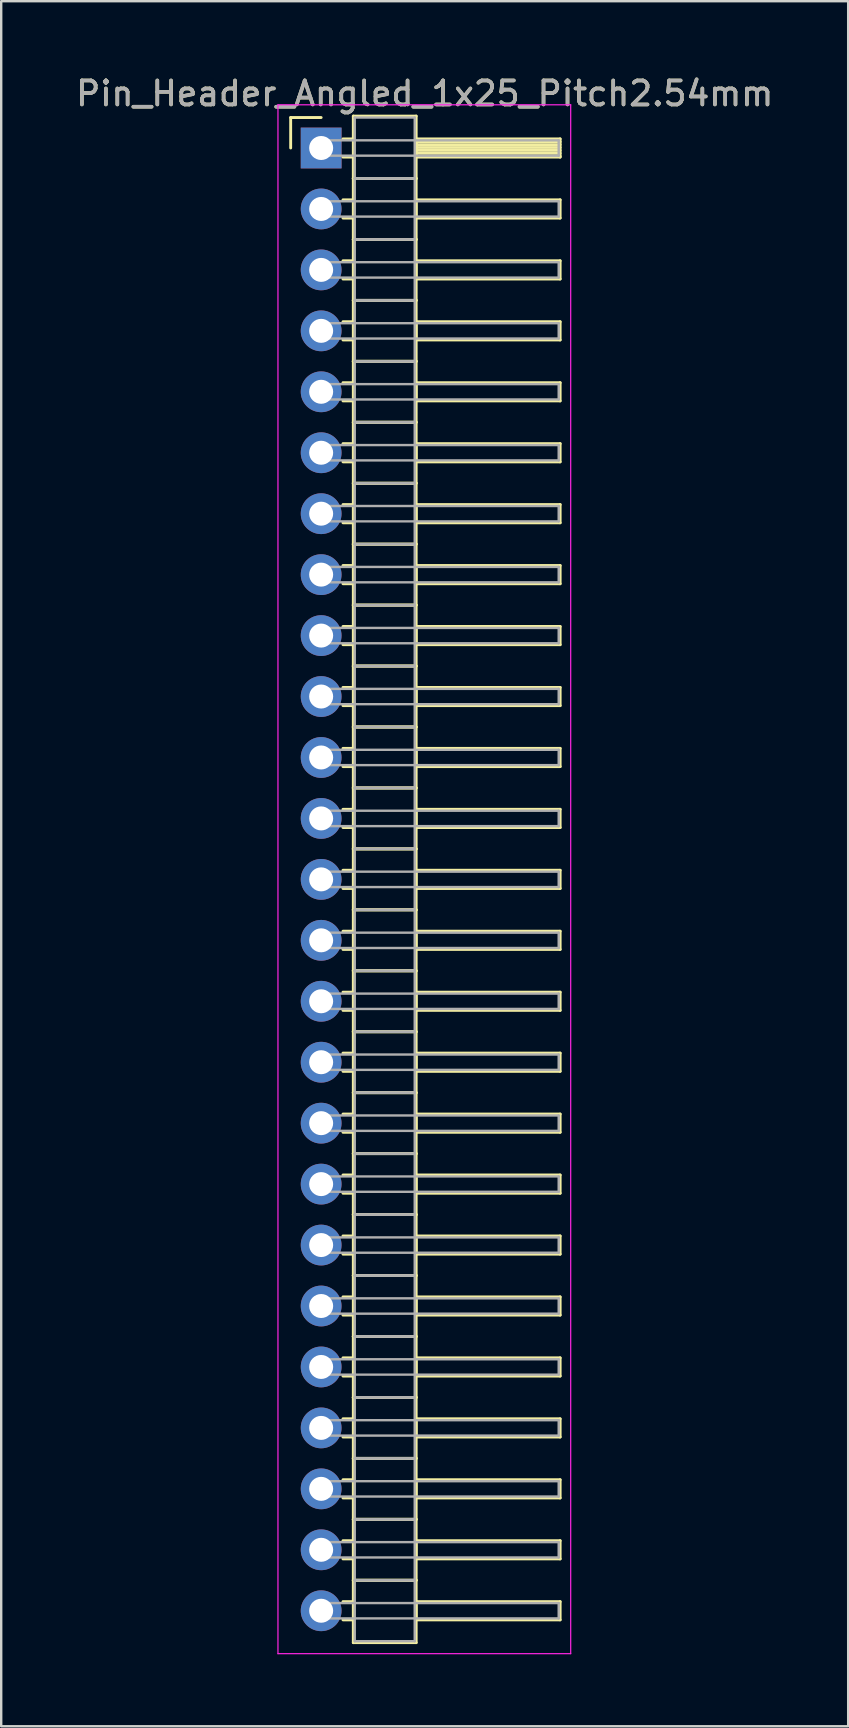
<source format=kicad_pcb>
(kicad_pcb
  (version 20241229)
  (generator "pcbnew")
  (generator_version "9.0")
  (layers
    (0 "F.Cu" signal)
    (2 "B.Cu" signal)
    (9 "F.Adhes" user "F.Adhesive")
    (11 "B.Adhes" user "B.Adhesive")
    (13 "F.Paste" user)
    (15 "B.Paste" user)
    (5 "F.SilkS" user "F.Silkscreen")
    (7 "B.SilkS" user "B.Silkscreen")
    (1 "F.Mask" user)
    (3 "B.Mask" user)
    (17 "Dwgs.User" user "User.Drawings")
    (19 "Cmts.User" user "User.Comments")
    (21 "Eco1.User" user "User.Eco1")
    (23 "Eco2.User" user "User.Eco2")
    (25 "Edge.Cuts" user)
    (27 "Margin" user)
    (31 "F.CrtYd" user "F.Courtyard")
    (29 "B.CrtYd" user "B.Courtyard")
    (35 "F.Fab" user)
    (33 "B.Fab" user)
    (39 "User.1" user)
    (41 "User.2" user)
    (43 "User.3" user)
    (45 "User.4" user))
  (footprint "Pin_Header_Angled_1x25_Pitch2.54mm"
    (layer "F.Cu")
    (at 10.334 3.118)
    (property "Reference" "Pin_Header_Angled_1x25_Pitch2.54mm" (at 4.315 -2.27 0) (layer "F.SilkS") (effects (font (size 1 1) (thickness 0.15))))
    (attr through_hole)
    (fp_line (start -1.27 -1.27) (end 0 -1.27) (stroke (width 0.12) (type solid)) (layer "F.SilkS"))
    (fp_line (start -1.27 0) (end -1.27 -1.27) (stroke (width 0.12) (type solid)) (layer "F.SilkS"))
    (fp_line (start 0.91 -0.38) (end 1.34 -0.38) (stroke (width 0.12) (type solid)) (layer "F.SilkS"))
    (fp_line (start 0.91 0.38) (end 1.34 0.38) (stroke (width 0.12) (type solid)) (layer "F.SilkS"))
    (fp_line (start 0.91 2.16) (end 1.34 2.16) (stroke (width 0.12) (type solid)) (layer "F.SilkS"))
    (fp_line (start 0.91 2.92) (end 1.34 2.92) (stroke (width 0.12) (type solid)) (layer "F.SilkS"))
    (fp_line (start 0.91 4.7) (end 1.34 4.7) (stroke (width 0.12) (type solid)) (layer "F.SilkS"))
    (fp_line (start 0.91 5.46) (end 1.34 5.46) (stroke (width 0.12) (type solid)) (layer "F.SilkS"))
    (fp_line (start 0.91 7.24) (end 1.34 7.24) (stroke (width 0.12) (type solid)) (layer "F.SilkS"))
    (fp_line (start 0.91 8) (end 1.34 8) (stroke (width 0.12) (type solid)) (layer "F.SilkS"))
    (fp_line (start 0.91 9.78) (end 1.34 9.78) (stroke (width 0.12) (type solid)) (layer "F.SilkS"))
    (fp_line (start 0.91 10.54) (end 1.34 10.54) (stroke (width 0.12) (type solid)) (layer "F.SilkS"))
    (fp_line (start 0.91 12.32) (end 1.34 12.32) (stroke (width 0.12) (type solid)) (layer "F.SilkS"))
    (fp_line (start 0.91 13.08) (end 1.34 13.08) (stroke (width 0.12) (type solid)) (layer "F.SilkS"))
    (fp_line (start 0.91 14.86) (end 1.34 14.86) (stroke (width 0.12) (type solid)) (layer "F.SilkS"))
    (fp_line (start 0.91 15.62) (end 1.34 15.62) (stroke (width 0.12) (type solid)) (layer "F.SilkS"))
    (fp_line (start 0.91 17.4) (end 1.34 17.4) (stroke (width 0.12) (type solid)) (layer "F.SilkS"))
    (fp_line (start 0.91 18.16) (end 1.34 18.16) (stroke (width 0.12) (type solid)) (layer "F.SilkS"))
    (fp_line (start 0.91 19.94) (end 1.34 19.94) (stroke (width 0.12) (type solid)) (layer "F.SilkS"))
    (fp_line (start 0.91 20.7) (end 1.34 20.7) (stroke (width 0.12) (type solid)) (layer "F.SilkS"))
    (fp_line (start 0.91 22.48) (end 1.34 22.48) (stroke (width 0.12) (type solid)) (layer "F.SilkS"))
    (fp_line (start 0.91 23.24) (end 1.34 23.24) (stroke (width 0.12) (type solid)) (layer "F.SilkS"))
    (fp_line (start 0.91 25.02) (end 1.34 25.02) (stroke (width 0.12) (type solid)) (layer "F.SilkS"))
    (fp_line (start 0.91 25.78) (end 1.34 25.78) (stroke (width 0.12) (type solid)) (layer "F.SilkS"))
    (fp_line (start 0.91 27.56) (end 1.34 27.56) (stroke (width 0.12) (type solid)) (layer "F.SilkS"))
    (fp_line (start 0.91 28.32) (end 1.34 28.32) (stroke (width 0.12) (type solid)) (layer "F.SilkS"))
    (fp_line (start 0.91 30.1) (end 1.34 30.1) (stroke (width 0.12) (type solid)) (layer "F.SilkS"))
    (fp_line (start 0.91 30.86) (end 1.34 30.86) (stroke (width 0.12) (type solid)) (layer "F.SilkS"))
    (fp_line (start 0.91 32.64) (end 1.34 32.64) (stroke (width 0.12) (type solid)) (layer "F.SilkS"))
    (fp_line (start 0.91 33.4) (end 1.34 33.4) (stroke (width 0.12) (type solid)) (layer "F.SilkS"))
    (fp_line (start 0.91 35.18) (end 1.34 35.18) (stroke (width 0.12) (type solid)) (layer "F.SilkS"))
    (fp_line (start 0.91 35.94) (end 1.34 35.94) (stroke (width 0.12) (type solid)) (layer "F.SilkS"))
    (fp_line (start 0.91 37.72) (end 1.34 37.72) (stroke (width 0.12) (type solid)) (layer "F.SilkS"))
    (fp_line (start 0.91 38.48) (end 1.34 38.48) (stroke (width 0.12) (type solid)) (layer "F.SilkS"))
    (fp_line (start 0.91 40.26) (end 1.34 40.26) (stroke (width 0.12) (type solid)) (layer "F.SilkS"))
    (fp_line (start 0.91 41.02) (end 1.34 41.02) (stroke (width 0.12) (type solid)) (layer "F.SilkS"))
    (fp_line (start 0.91 42.8) (end 1.34 42.8) (stroke (width 0.12) (type solid)) (layer "F.SilkS"))
    (fp_line (start 0.91 43.56) (end 1.34 43.56) (stroke (width 0.12) (type solid)) (layer "F.SilkS"))
    (fp_line (start 0.91 45.34) (end 1.34 45.34) (stroke (width 0.12) (type solid)) (layer "F.SilkS"))
    (fp_line (start 0.91 46.1) (end 1.34 46.1) (stroke (width 0.12) (type solid)) (layer "F.SilkS"))
    (fp_line (start 0.91 47.88) (end 1.34 47.88) (stroke (width 0.12) (type solid)) (layer "F.SilkS"))
    (fp_line (start 0.91 48.64) (end 1.34 48.64) (stroke (width 0.12) (type solid)) (layer "F.SilkS"))
    (fp_line (start 0.91 50.42) (end 1.34 50.42) (stroke (width 0.12) (type solid)) (layer "F.SilkS"))
    (fp_line (start 0.91 51.18) (end 1.34 51.18) (stroke (width 0.12) (type solid)) (layer "F.SilkS"))
    (fp_line (start 0.91 52.96) (end 1.34 52.96) (stroke (width 0.12) (type solid)) (layer "F.SilkS"))
    (fp_line (start 0.91 53.72) (end 1.34 53.72) (stroke (width 0.12) (type solid)) (layer "F.SilkS"))
    (fp_line (start 0.91 55.5) (end 1.34 55.5) (stroke (width 0.12) (type solid)) (layer "F.SilkS"))
    (fp_line (start 0.91 56.26) (end 1.34 56.26) (stroke (width 0.12) (type solid)) (layer "F.SilkS"))
    (fp_line (start 0.91 58.04) (end 1.34 58.04) (stroke (width 0.12) (type solid)) (layer "F.SilkS"))
    (fp_line (start 0.91 58.8) (end 1.34 58.8) (stroke (width 0.12) (type solid)) (layer "F.SilkS"))
    (fp_line (start 0.91 60.58) (end 1.34 60.58) (stroke (width 0.12) (type solid)) (layer "F.SilkS"))
    (fp_line (start 0.91 61.34) (end 1.34 61.34) (stroke (width 0.12) (type solid)) (layer "F.SilkS"))
    (fp_line (start 1.34 -1.33) (end 1.34 1.27) (stroke (width 0.12) (type solid)) (layer "F.SilkS"))
    (fp_line (start 1.34 1.27) (end 1.34 3.81) (stroke (width 0.12) (type solid)) (layer "F.SilkS"))
    (fp_line (start 1.34 1.27) (end 3.96 1.27) (stroke (width 0.12) (type solid)) (layer "F.SilkS"))
    (fp_line (start 1.34 3.81) (end 1.34 6.35) (stroke (width 0.12) (type solid)) (layer "F.SilkS"))
    (fp_line (start 1.34 3.81) (end 3.96 3.81) (stroke (width 0.12) (type solid)) (layer "F.SilkS"))
    (fp_line (start 1.34 6.35) (end 1.34 8.89) (stroke (width 0.12) (type solid)) (layer "F.SilkS"))
    (fp_line (start 1.34 6.35) (end 3.96 6.35) (stroke (width 0.12) (type solid)) (layer "F.SilkS"))
    (fp_line (start 1.34 8.89) (end 1.34 11.43) (stroke (width 0.12) (type solid)) (layer "F.SilkS"))
    (fp_line (start 1.34 8.89) (end 3.96 8.89) (stroke (width 0.12) (type solid)) (layer "F.SilkS"))
    (fp_line (start 1.34 11.43) (end 1.34 13.97) (stroke (width 0.12) (type solid)) (layer "F.SilkS"))
    (fp_line (start 1.34 11.43) (end 3.96 11.43) (stroke (width 0.12) (type solid)) (layer "F.SilkS"))
    (fp_line (start 1.34 13.97) (end 1.34 16.51) (stroke (width 0.12) (type solid)) (layer "F.SilkS"))
    (fp_line (start 1.34 13.97) (end 3.96 13.97) (stroke (width 0.12) (type solid)) (layer "F.SilkS"))
    (fp_line (start 1.34 16.51) (end 1.34 19.05) (stroke (width 0.12) (type solid)) (layer "F.SilkS"))
    (fp_line (start 1.34 16.51) (end 3.96 16.51) (stroke (width 0.12) (type solid)) (layer "F.SilkS"))
    (fp_line (start 1.34 19.05) (end 1.34 21.59) (stroke (width 0.12) (type solid)) (layer "F.SilkS"))
    (fp_line (start 1.34 19.05) (end 3.96 19.05) (stroke (width 0.12) (type solid)) (layer "F.SilkS"))
    (fp_line (start 1.34 21.59) (end 1.34 24.13) (stroke (width 0.12) (type solid)) (layer "F.SilkS"))
    (fp_line (start 1.34 21.59) (end 3.96 21.59) (stroke (width 0.12) (type solid)) (layer "F.SilkS"))
    (fp_line (start 1.34 24.13) (end 1.34 26.67) (stroke (width 0.12) (type solid)) (layer "F.SilkS"))
    (fp_line (start 1.34 24.13) (end 3.96 24.13) (stroke (width 0.12) (type solid)) (layer "F.SilkS"))
    (fp_line (start 1.34 26.67) (end 1.34 29.21) (stroke (width 0.12) (type solid)) (layer "F.SilkS"))
    (fp_line (start 1.34 26.67) (end 3.96 26.67) (stroke (width 0.12) (type solid)) (layer "F.SilkS"))
    (fp_line (start 1.34 29.21) (end 1.34 31.75) (stroke (width 0.12) (type solid)) (layer "F.SilkS"))
    (fp_line (start 1.34 29.21) (end 3.96 29.21) (stroke (width 0.12) (type solid)) (layer "F.SilkS"))
    (fp_line (start 1.34 31.75) (end 1.34 34.29) (stroke (width 0.12) (type solid)) (layer "F.SilkS"))
    (fp_line (start 1.34 31.75) (end 3.96 31.75) (stroke (width 0.12) (type solid)) (layer "F.SilkS"))
    (fp_line (start 1.34 34.29) (end 1.34 36.83) (stroke (width 0.12) (type solid)) (layer "F.SilkS"))
    (fp_line (start 1.34 34.29) (end 3.96 34.29) (stroke (width 0.12) (type solid)) (layer "F.SilkS"))
    (fp_line (start 1.34 36.83) (end 1.34 39.37) (stroke (width 0.12) (type solid)) (layer "F.SilkS"))
    (fp_line (start 1.34 36.83) (end 3.96 36.83) (stroke (width 0.12) (type solid)) (layer "F.SilkS"))
    (fp_line (start 1.34 39.37) (end 1.34 41.91) (stroke (width 0.12) (type solid)) (layer "F.SilkS"))
    (fp_line (start 1.34 39.37) (end 3.96 39.37) (stroke (width 0.12) (type solid)) (layer "F.SilkS"))
    (fp_line (start 1.34 41.91) (end 1.34 44.45) (stroke (width 0.12) (type solid)) (layer "F.SilkS"))
    (fp_line (start 1.34 41.91) (end 3.96 41.91) (stroke (width 0.12) (type solid)) (layer "F.SilkS"))
    (fp_line (start 1.34 44.45) (end 1.34 46.99) (stroke (width 0.12) (type solid)) (layer "F.SilkS"))
    (fp_line (start 1.34 44.45) (end 3.96 44.45) (stroke (width 0.12) (type solid)) (layer "F.SilkS"))
    (fp_line (start 1.34 46.99) (end 1.34 49.53) (stroke (width 0.12) (type solid)) (layer "F.SilkS"))
    (fp_line (start 1.34 46.99) (end 3.96 46.99) (stroke (width 0.12) (type solid)) (layer "F.SilkS"))
    (fp_line (start 1.34 49.53) (end 1.34 52.07) (stroke (width 0.12) (type solid)) (layer "F.SilkS"))
    (fp_line (start 1.34 49.53) (end 3.96 49.53) (stroke (width 0.12) (type solid)) (layer "F.SilkS"))
    (fp_line (start 1.34 52.07) (end 1.34 54.61) (stroke (width 0.12) (type solid)) (layer "F.SilkS"))
    (fp_line (start 1.34 52.07) (end 3.96 52.07) (stroke (width 0.12) (type solid)) (layer "F.SilkS"))
    (fp_line (start 1.34 54.61) (end 1.34 57.15) (stroke (width 0.12) (type solid)) (layer "F.SilkS"))
    (fp_line (start 1.34 54.61) (end 3.96 54.61) (stroke (width 0.12) (type solid)) (layer "F.SilkS"))
    (fp_line (start 1.34 57.15) (end 1.34 59.69) (stroke (width 0.12) (type solid)) (layer "F.SilkS"))
    (fp_line (start 1.34 57.15) (end 3.96 57.15) (stroke (width 0.12) (type solid)) (layer "F.SilkS"))
    (fp_line (start 1.34 59.69) (end 1.34 62.29) (stroke (width 0.12) (type solid)) (layer "F.SilkS"))
    (fp_line (start 1.34 59.69) (end 3.96 59.69) (stroke (width 0.12) (type solid)) (layer "F.SilkS"))
    (fp_line (start 1.34 62.29) (end 3.96 62.29) (stroke (width 0.12) (type solid)) (layer "F.SilkS"))
    (fp_line (start 3.96 -1.33) (end 1.34 -1.33) (stroke (width 0.12) (type solid)) (layer "F.SilkS"))
    (fp_line (start 3.96 -0.38) (end 3.96 0.38) (stroke (width 0.12) (type solid)) (layer "F.SilkS"))
    (fp_line (start 3.96 -0.26) (end 9.96 -0.26) (stroke (width 0.12) (type solid)) (layer "F.SilkS"))
    (fp_line (start 3.96 -0.14) (end 9.96 -0.14) (stroke (width 0.12) (type solid)) (layer "F.SilkS"))
    (fp_line (start 3.96 -0.02) (end 9.96 -0.02) (stroke (width 0.12) (type solid)) (layer "F.SilkS"))
    (fp_line (start 3.96 0.1) (end 9.96 0.1) (stroke (width 0.12) (type solid)) (layer "F.SilkS"))
    (fp_line (start 3.96 0.22) (end 9.96 0.22) (stroke (width 0.12) (type solid)) (layer "F.SilkS"))
    (fp_line (start 3.96 0.34) (end 9.96 0.34) (stroke (width 0.12) (type solid)) (layer "F.SilkS"))
    (fp_line (start 3.96 0.38) (end 9.96 0.38) (stroke (width 0.12) (type solid)) (layer "F.SilkS"))
    (fp_line (start 3.96 1.27) (end 1.34 1.27) (stroke (width 0.12) (type solid)) (layer "F.SilkS"))
    (fp_line (start 3.96 1.27) (end 3.96 -1.33) (stroke (width 0.12) (type solid)) (layer "F.SilkS"))
    (fp_line (start 3.96 2.16) (end 3.96 2.92) (stroke (width 0.12) (type solid)) (layer "F.SilkS"))
    (fp_line (start 3.96 2.92) (end 9.96 2.92) (stroke (width 0.12) (type solid)) (layer "F.SilkS"))
    (fp_line (start 3.96 3.81) (end 1.34 3.81) (stroke (width 0.12) (type solid)) (layer "F.SilkS"))
    (fp_line (start 3.96 3.81) (end 3.96 1.27) (stroke (width 0.12) (type solid)) (layer "F.SilkS"))
    (fp_line (start 3.96 4.7) (end 3.96 5.46) (stroke (width 0.12) (type solid)) (layer "F.SilkS"))
    (fp_line (start 3.96 5.46) (end 9.96 5.46) (stroke (width 0.12) (type solid)) (layer "F.SilkS"))
    (fp_line (start 3.96 6.35) (end 1.34 6.35) (stroke (width 0.12) (type solid)) (layer "F.SilkS"))
    (fp_line (start 3.96 6.35) (end 3.96 3.81) (stroke (width 0.12) (type solid)) (layer "F.SilkS"))
    (fp_line (start 3.96 7.24) (end 3.96 8) (stroke (width 0.12) (type solid)) (layer "F.SilkS"))
    (fp_line (start 3.96 8) (end 9.96 8) (stroke (width 0.12) (type solid)) (layer "F.SilkS"))
    (fp_line (start 3.96 8.89) (end 1.34 8.89) (stroke (width 0.12) (type solid)) (layer "F.SilkS"))
    (fp_line (start 3.96 8.89) (end 3.96 6.35) (stroke (width 0.12) (type solid)) (layer "F.SilkS"))
    (fp_line (start 3.96 9.78) (end 3.96 10.54) (stroke (width 0.12) (type solid)) (layer "F.SilkS"))
    (fp_line (start 3.96 10.54) (end 9.96 10.54) (stroke (width 0.12) (type solid)) (layer "F.SilkS"))
    (fp_line (start 3.96 11.43) (end 1.34 11.43) (stroke (width 0.12) (type solid)) (layer "F.SilkS"))
    (fp_line (start 3.96 11.43) (end 3.96 8.89) (stroke (width 0.12) (type solid)) (layer "F.SilkS"))
    (fp_line (start 3.96 12.32) (end 3.96 13.08) (stroke (width 0.12) (type solid)) (layer "F.SilkS"))
    (fp_line (start 3.96 13.08) (end 9.96 13.08) (stroke (width 0.12) (type solid)) (layer "F.SilkS"))
    (fp_line (start 3.96 13.97) (end 1.34 13.97) (stroke (width 0.12) (type solid)) (layer "F.SilkS"))
    (fp_line (start 3.96 13.97) (end 3.96 11.43) (stroke (width 0.12) (type solid)) (layer "F.SilkS"))
    (fp_line (start 3.96 14.86) (end 3.96 15.62) (stroke (width 0.12) (type solid)) (layer "F.SilkS"))
    (fp_line (start 3.96 15.62) (end 9.96 15.62) (stroke (width 0.12) (type solid)) (layer "F.SilkS"))
    (fp_line (start 3.96 16.51) (end 1.34 16.51) (stroke (width 0.12) (type solid)) (layer "F.SilkS"))
    (fp_line (start 3.96 16.51) (end 3.96 13.97) (stroke (width 0.12) (type solid)) (layer "F.SilkS"))
    (fp_line (start 3.96 17.4) (end 3.96 18.16) (stroke (width 0.12) (type solid)) (layer "F.SilkS"))
    (fp_line (start 3.96 18.16) (end 9.96 18.16) (stroke (width 0.12) (type solid)) (layer "F.SilkS"))
    (fp_line (start 3.96 19.05) (end 1.34 19.05) (stroke (width 0.12) (type solid)) (layer "F.SilkS"))
    (fp_line (start 3.96 19.05) (end 3.96 16.51) (stroke (width 0.12) (type solid)) (layer "F.SilkS"))
    (fp_line (start 3.96 19.94) (end 3.96 20.7) (stroke (width 0.12) (type solid)) (layer "F.SilkS"))
    (fp_line (start 3.96 20.7) (end 9.96 20.7) (stroke (width 0.12) (type solid)) (layer "F.SilkS"))
    (fp_line (start 3.96 21.59) (end 1.34 21.59) (stroke (width 0.12) (type solid)) (layer "F.SilkS"))
    (fp_line (start 3.96 21.59) (end 3.96 19.05) (stroke (width 0.12) (type solid)) (layer "F.SilkS"))
    (fp_line (start 3.96 22.48) (end 3.96 23.24) (stroke (width 0.12) (type solid)) (layer "F.SilkS"))
    (fp_line (start 3.96 23.24) (end 9.96 23.24) (stroke (width 0.12) (type solid)) (layer "F.SilkS"))
    (fp_line (start 3.96 24.13) (end 1.34 24.13) (stroke (width 0.12) (type solid)) (layer "F.SilkS"))
    (fp_line (start 3.96 24.13) (end 3.96 21.59) (stroke (width 0.12) (type solid)) (layer "F.SilkS"))
    (fp_line (start 3.96 25.02) (end 3.96 25.78) (stroke (width 0.12) (type solid)) (layer "F.SilkS"))
    (fp_line (start 3.96 25.78) (end 9.96 25.78) (stroke (width 0.12) (type solid)) (layer "F.SilkS"))
    (fp_line (start 3.96 26.67) (end 1.34 26.67) (stroke (width 0.12) (type solid)) (layer "F.SilkS"))
    (fp_line (start 3.96 26.67) (end 3.96 24.13) (stroke (width 0.12) (type solid)) (layer "F.SilkS"))
    (fp_line (start 3.96 27.56) (end 3.96 28.32) (stroke (width 0.12) (type solid)) (layer "F.SilkS"))
    (fp_line (start 3.96 28.32) (end 9.96 28.32) (stroke (width 0.12) (type solid)) (layer "F.SilkS"))
    (fp_line (start 3.96 29.21) (end 1.34 29.21) (stroke (width 0.12) (type solid)) (layer "F.SilkS"))
    (fp_line (start 3.96 29.21) (end 3.96 26.67) (stroke (width 0.12) (type solid)) (layer "F.SilkS"))
    (fp_line (start 3.96 30.1) (end 3.96 30.86) (stroke (width 0.12) (type solid)) (layer "F.SilkS"))
    (fp_line (start 3.96 30.86) (end 9.96 30.86) (stroke (width 0.12) (type solid)) (layer "F.SilkS"))
    (fp_line (start 3.96 31.75) (end 1.34 31.75) (stroke (width 0.12) (type solid)) (layer "F.SilkS"))
    (fp_line (start 3.96 31.75) (end 3.96 29.21) (stroke (width 0.12) (type solid)) (layer "F.SilkS"))
    (fp_line (start 3.96 32.64) (end 3.96 33.4) (stroke (width 0.12) (type solid)) (layer "F.SilkS"))
    (fp_line (start 3.96 33.4) (end 9.96 33.4) (stroke (width 0.12) (type solid)) (layer "F.SilkS"))
    (fp_line (start 3.96 34.29) (end 1.34 34.29) (stroke (width 0.12) (type solid)) (layer "F.SilkS"))
    (fp_line (start 3.96 34.29) (end 3.96 31.75) (stroke (width 0.12) (type solid)) (layer "F.SilkS"))
    (fp_line (start 3.96 35.18) (end 3.96 35.94) (stroke (width 0.12) (type solid)) (layer "F.SilkS"))
    (fp_line (start 3.96 35.94) (end 9.96 35.94) (stroke (width 0.12) (type solid)) (layer "F.SilkS"))
    (fp_line (start 3.96 36.83) (end 1.34 36.83) (stroke (width 0.12) (type solid)) (layer "F.SilkS"))
    (fp_line (start 3.96 36.83) (end 3.96 34.29) (stroke (width 0.12) (type solid)) (layer "F.SilkS"))
    (fp_line (start 3.96 37.72) (end 3.96 38.48) (stroke (width 0.12) (type solid)) (layer "F.SilkS"))
    (fp_line (start 3.96 38.48) (end 9.96 38.48) (stroke (width 0.12) (type solid)) (layer "F.SilkS"))
    (fp_line (start 3.96 39.37) (end 1.34 39.37) (stroke (width 0.12) (type solid)) (layer "F.SilkS"))
    (fp_line (start 3.96 39.37) (end 3.96 36.83) (stroke (width 0.12) (type solid)) (layer "F.SilkS"))
    (fp_line (start 3.96 40.26) (end 3.96 41.02) (stroke (width 0.12) (type solid)) (layer "F.SilkS"))
    (fp_line (start 3.96 41.02) (end 9.96 41.02) (stroke (width 0.12) (type solid)) (layer "F.SilkS"))
    (fp_line (start 3.96 41.91) (end 1.34 41.91) (stroke (width 0.12) (type solid)) (layer "F.SilkS"))
    (fp_line (start 3.96 41.91) (end 3.96 39.37) (stroke (width 0.12) (type solid)) (layer "F.SilkS"))
    (fp_line (start 3.96 42.8) (end 3.96 43.56) (stroke (width 0.12) (type solid)) (layer "F.SilkS"))
    (fp_line (start 3.96 43.56) (end 9.96 43.56) (stroke (width 0.12) (type solid)) (layer "F.SilkS"))
    (fp_line (start 3.96 44.45) (end 1.34 44.45) (stroke (width 0.12) (type solid)) (layer "F.SilkS"))
    (fp_line (start 3.96 44.45) (end 3.96 41.91) (stroke (width 0.12) (type solid)) (layer "F.SilkS"))
    (fp_line (start 3.96 45.34) (end 3.96 46.1) (stroke (width 0.12) (type solid)) (layer "F.SilkS"))
    (fp_line (start 3.96 46.1) (end 9.96 46.1) (stroke (width 0.12) (type solid)) (layer "F.SilkS"))
    (fp_line (start 3.96 46.99) (end 1.34 46.99) (stroke (width 0.12) (type solid)) (layer "F.SilkS"))
    (fp_line (start 3.96 46.99) (end 3.96 44.45) (stroke (width 0.12) (type solid)) (layer "F.SilkS"))
    (fp_line (start 3.96 47.88) (end 3.96 48.64) (stroke (width 0.12) (type solid)) (layer "F.SilkS"))
    (fp_line (start 3.96 48.64) (end 9.96 48.64) (stroke (width 0.12) (type solid)) (layer "F.SilkS"))
    (fp_line (start 3.96 49.53) (end 1.34 49.53) (stroke (width 0.12) (type solid)) (layer "F.SilkS"))
    (fp_line (start 3.96 49.53) (end 3.96 46.99) (stroke (width 0.12) (type solid)) (layer "F.SilkS"))
    (fp_line (start 3.96 50.42) (end 3.96 51.18) (stroke (width 0.12) (type solid)) (layer "F.SilkS"))
    (fp_line (start 3.96 51.18) (end 9.96 51.18) (stroke (width 0.12) (type solid)) (layer "F.SilkS"))
    (fp_line (start 3.96 52.07) (end 1.34 52.07) (stroke (width 0.12) (type solid)) (layer "F.SilkS"))
    (fp_line (start 3.96 52.07) (end 3.96 49.53) (stroke (width 0.12) (type solid)) (layer "F.SilkS"))
    (fp_line (start 3.96 52.96) (end 3.96 53.72) (stroke (width 0.12) (type solid)) (layer "F.SilkS"))
    (fp_line (start 3.96 53.72) (end 9.96 53.72) (stroke (width 0.12) (type solid)) (layer "F.SilkS"))
    (fp_line (start 3.96 54.61) (end 1.34 54.61) (stroke (width 0.12) (type solid)) (layer "F.SilkS"))
    (fp_line (start 3.96 54.61) (end 3.96 52.07) (stroke (width 0.12) (type solid)) (layer "F.SilkS"))
    (fp_line (start 3.96 55.5) (end 3.96 56.26) (stroke (width 0.12) (type solid)) (layer "F.SilkS"))
    (fp_line (start 3.96 56.26) (end 9.96 56.26) (stroke (width 0.12) (type solid)) (layer "F.SilkS"))
    (fp_line (start 3.96 57.15) (end 1.34 57.15) (stroke (width 0.12) (type solid)) (layer "F.SilkS"))
    (fp_line (start 3.96 57.15) (end 3.96 54.61) (stroke (width 0.12) (type solid)) (layer "F.SilkS"))
    (fp_line (start 3.96 58.04) (end 3.96 58.8) (stroke (width 0.12) (type solid)) (layer "F.SilkS"))
    (fp_line (start 3.96 58.8) (end 9.96 58.8) (stroke (width 0.12) (type solid)) (layer "F.SilkS"))
    (fp_line (start 3.96 59.69) (end 1.34 59.69) (stroke (width 0.12) (type solid)) (layer "F.SilkS"))
    (fp_line (start 3.96 59.69) (end 3.96 57.15) (stroke (width 0.12) (type solid)) (layer "F.SilkS"))
    (fp_line (start 3.96 60.58) (end 3.96 61.34) (stroke (width 0.12) (type solid)) (layer "F.SilkS"))
    (fp_line (start 3.96 61.34) (end 9.96 61.34) (stroke (width 0.12) (type solid)) (layer "F.SilkS"))
    (fp_line (start 3.96 62.29) (end 3.96 59.69) (stroke (width 0.12) (type solid)) (layer "F.SilkS"))
    (fp_line (start 9.96 -0.38) (end 3.96 -0.38) (stroke (width 0.12) (type solid)) (layer "F.SilkS"))
    (fp_line (start 9.96 0.38) (end 9.96 -0.38) (stroke (width 0.12) (type solid)) (layer "F.SilkS"))
    (fp_line (start 9.96 2.16) (end 3.96 2.16) (stroke (width 0.12) (type solid)) (layer "F.SilkS"))
    (fp_line (start 9.96 2.92) (end 9.96 2.16) (stroke (width 0.12) (type solid)) (layer "F.SilkS"))
    (fp_line (start 9.96 4.7) (end 3.96 4.7) (stroke (width 0.12) (type solid)) (layer "F.SilkS"))
    (fp_line (start 9.96 5.46) (end 9.96 4.7) (stroke (width 0.12) (type solid)) (layer "F.SilkS"))
    (fp_line (start 9.96 7.24) (end 3.96 7.24) (stroke (width 0.12) (type solid)) (layer "F.SilkS"))
    (fp_line (start 9.96 8) (end 9.96 7.24) (stroke (width 0.12) (type solid)) (layer "F.SilkS"))
    (fp_line (start 9.96 9.78) (end 3.96 9.78) (stroke (width 0.12) (type solid)) (layer "F.SilkS"))
    (fp_line (start 9.96 10.54) (end 9.96 9.78) (stroke (width 0.12) (type solid)) (layer "F.SilkS"))
    (fp_line (start 9.96 12.32) (end 3.96 12.32) (stroke (width 0.12) (type solid)) (layer "F.SilkS"))
    (fp_line (start 9.96 13.08) (end 9.96 12.32) (stroke (width 0.12) (type solid)) (layer "F.SilkS"))
    (fp_line (start 9.96 14.86) (end 3.96 14.86) (stroke (width 0.12) (type solid)) (layer "F.SilkS"))
    (fp_line (start 9.96 15.62) (end 9.96 14.86) (stroke (width 0.12) (type solid)) (layer "F.SilkS"))
    (fp_line (start 9.96 17.4) (end 3.96 17.4) (stroke (width 0.12) (type solid)) (layer "F.SilkS"))
    (fp_line (start 9.96 18.16) (end 9.96 17.4) (stroke (width 0.12) (type solid)) (layer "F.SilkS"))
    (fp_line (start 9.96 19.94) (end 3.96 19.94) (stroke (width 0.12) (type solid)) (layer "F.SilkS"))
    (fp_line (start 9.96 20.7) (end 9.96 19.94) (stroke (width 0.12) (type solid)) (layer "F.SilkS"))
    (fp_line (start 9.96 22.48) (end 3.96 22.48) (stroke (width 0.12) (type solid)) (layer "F.SilkS"))
    (fp_line (start 9.96 23.24) (end 9.96 22.48) (stroke (width 0.12) (type solid)) (layer "F.SilkS"))
    (fp_line (start 9.96 25.02) (end 3.96 25.02) (stroke (width 0.12) (type solid)) (layer "F.SilkS"))
    (fp_line (start 9.96 25.78) (end 9.96 25.02) (stroke (width 0.12) (type solid)) (layer "F.SilkS"))
    (fp_line (start 9.96 27.56) (end 3.96 27.56) (stroke (width 0.12) (type solid)) (layer "F.SilkS"))
    (fp_line (start 9.96 28.32) (end 9.96 27.56) (stroke (width 0.12) (type solid)) (layer "F.SilkS"))
    (fp_line (start 9.96 30.1) (end 3.96 30.1) (stroke (width 0.12) (type solid)) (layer "F.SilkS"))
    (fp_line (start 9.96 30.86) (end 9.96 30.1) (stroke (width 0.12) (type solid)) (layer "F.SilkS"))
    (fp_line (start 9.96 32.64) (end 3.96 32.64) (stroke (width 0.12) (type solid)) (layer "F.SilkS"))
    (fp_line (start 9.96 33.4) (end 9.96 32.64) (stroke (width 0.12) (type solid)) (layer "F.SilkS"))
    (fp_line (start 9.96 35.18) (end 3.96 35.18) (stroke (width 0.12) (type solid)) (layer "F.SilkS"))
    (fp_line (start 9.96 35.94) (end 9.96 35.18) (stroke (width 0.12) (type solid)) (layer "F.SilkS"))
    (fp_line (start 9.96 37.72) (end 3.96 37.72) (stroke (width 0.12) (type solid)) (layer "F.SilkS"))
    (fp_line (start 9.96 38.48) (end 9.96 37.72) (stroke (width 0.12) (type solid)) (layer "F.SilkS"))
    (fp_line (start 9.96 40.26) (end 3.96 40.26) (stroke (width 0.12) (type solid)) (layer "F.SilkS"))
    (fp_line (start 9.96 41.02) (end 9.96 40.26) (stroke (width 0.12) (type solid)) (layer "F.SilkS"))
    (fp_line (start 9.96 42.8) (end 3.96 42.8) (stroke (width 0.12) (type solid)) (layer "F.SilkS"))
    (fp_line (start 9.96 43.56) (end 9.96 42.8) (stroke (width 0.12) (type solid)) (layer "F.SilkS"))
    (fp_line (start 9.96 45.34) (end 3.96 45.34) (stroke (width 0.12) (type solid)) (layer "F.SilkS"))
    (fp_line (start 9.96 46.1) (end 9.96 45.34) (stroke (width 0.12) (type solid)) (layer "F.SilkS"))
    (fp_line (start 9.96 47.88) (end 3.96 47.88) (stroke (width 0.12) (type solid)) (layer "F.SilkS"))
    (fp_line (start 9.96 48.64) (end 9.96 47.88) (stroke (width 0.12) (type solid)) (layer "F.SilkS"))
    (fp_line (start 9.96 50.42) (end 3.96 50.42) (stroke (width 0.12) (type solid)) (layer "F.SilkS"))
    (fp_line (start 9.96 51.18) (end 9.96 50.42) (stroke (width 0.12) (type solid)) (layer "F.SilkS"))
    (fp_line (start 9.96 52.96) (end 3.96 52.96) (stroke (width 0.12) (type solid)) (layer "F.SilkS"))
    (fp_line (start 9.96 53.72) (end 9.96 52.96) (stroke (width 0.12) (type solid)) (layer "F.SilkS"))
    (fp_line (start 9.96 55.5) (end 3.96 55.5) (stroke (width 0.12) (type solid)) (layer "F.SilkS"))
    (fp_line (start 9.96 56.26) (end 9.96 55.5) (stroke (width 0.12) (type solid)) (layer "F.SilkS"))
    (fp_line (start 9.96 58.04) (end 3.96 58.04) (stroke (width 0.12) (type solid)) (layer "F.SilkS"))
    (fp_line (start 9.96 58.8) (end 9.96 58.04) (stroke (width 0.12) (type solid)) (layer "F.SilkS"))
    (fp_line (start 9.96 60.58) (end 3.96 60.58) (stroke (width 0.12) (type solid)) (layer "F.SilkS"))
    (fp_line (start 9.96 61.34) (end 9.96 60.58) (stroke (width 0.12) (type solid)) (layer "F.SilkS"))
    (fp_line (start -1.8 -1.8) (end -1.8 62.75) (stroke (width 0.05) (type solid)) (layer "F.CrtYd"))
    (fp_line (start -1.8 62.75) (end 10.4 62.75) (stroke (width 0.05) (type solid)) (layer "F.CrtYd"))
    (fp_line (start 10.4 -1.8) (end -1.8 -1.8) (stroke (width 0.05) (type solid)) (layer "F.CrtYd"))
    (fp_line (start 10.4 62.75) (end 10.4 -1.8) (stroke (width 0.05) (type solid)) (layer "F.CrtYd"))
    (fp_line (start 0 -0.32) (end 0 0.32) (stroke (width 0.1) (type solid)) (layer "F.Fab"))
    (fp_line (start 0 0.32) (end 9.9 0.32) (stroke (width 0.1) (type solid)) (layer "F.Fab"))
    (fp_line (start 0 2.22) (end 0 2.86) (stroke (width 0.1) (type solid)) (layer "F.Fab"))
    (fp_line (start 0 2.86) (end 9.9 2.86) (stroke (width 0.1) (type solid)) (layer "F.Fab"))
    (fp_line (start 0 4.76) (end 0 5.4) (stroke (width 0.1) (type solid)) (layer "F.Fab"))
    (fp_line (start 0 5.4) (end 9.9 5.4) (stroke (width 0.1) (type solid)) (layer "F.Fab"))
    (fp_line (start 0 7.3) (end 0 7.94) (stroke (width 0.1) (type solid)) (layer "F.Fab"))
    (fp_line (start 0 7.94) (end 9.9 7.94) (stroke (width 0.1) (type solid)) (layer "F.Fab"))
    (fp_line (start 0 9.84) (end 0 10.48) (stroke (width 0.1) (type solid)) (layer "F.Fab"))
    (fp_line (start 0 10.48) (end 9.9 10.48) (stroke (width 0.1) (type solid)) (layer "F.Fab"))
    (fp_line (start 0 12.38) (end 0 13.02) (stroke (width 0.1) (type solid)) (layer "F.Fab"))
    (fp_line (start 0 13.02) (end 9.9 13.02) (stroke (width 0.1) (type solid)) (layer "F.Fab"))
    (fp_line (start 0 14.92) (end 0 15.56) (stroke (width 0.1) (type solid)) (layer "F.Fab"))
    (fp_line (start 0 15.56) (end 9.9 15.56) (stroke (width 0.1) (type solid)) (layer "F.Fab"))
    (fp_line (start 0 17.46) (end 0 18.1) (stroke (width 0.1) (type solid)) (layer "F.Fab"))
    (fp_line (start 0 18.1) (end 9.9 18.1) (stroke (width 0.1) (type solid)) (layer "F.Fab"))
    (fp_line (start 0 20) (end 0 20.64) (stroke (width 0.1) (type solid)) (layer "F.Fab"))
    (fp_line (start 0 20.64) (end 9.9 20.64) (stroke (width 0.1) (type solid)) (layer "F.Fab"))
    (fp_line (start 0 22.54) (end 0 23.18) (stroke (width 0.1) (type solid)) (layer "F.Fab"))
    (fp_line (start 0 23.18) (end 9.9 23.18) (stroke (width 0.1) (type solid)) (layer "F.Fab"))
    (fp_line (start 0 25.08) (end 0 25.72) (stroke (width 0.1) (type solid)) (layer "F.Fab"))
    (fp_line (start 0 25.72) (end 9.9 25.72) (stroke (width 0.1) (type solid)) (layer "F.Fab"))
    (fp_line (start 0 27.62) (end 0 28.26) (stroke (width 0.1) (type solid)) (layer "F.Fab"))
    (fp_line (start 0 28.26) (end 9.9 28.26) (stroke (width 0.1) (type solid)) (layer "F.Fab"))
    (fp_line (start 0 30.16) (end 0 30.8) (stroke (width 0.1) (type solid)) (layer "F.Fab"))
    (fp_line (start 0 30.8) (end 9.9 30.8) (stroke (width 0.1) (type solid)) (layer "F.Fab"))
    (fp_line (start 0 32.7) (end 0 33.34) (stroke (width 0.1) (type solid)) (layer "F.Fab"))
    (fp_line (start 0 33.34) (end 9.9 33.34) (stroke (width 0.1) (type solid)) (layer "F.Fab"))
    (fp_line (start 0 35.24) (end 0 35.88) (stroke (width 0.1) (type solid)) (layer "F.Fab"))
    (fp_line (start 0 35.88) (end 9.9 35.88) (stroke (width 0.1) (type solid)) (layer "F.Fab"))
    (fp_line (start 0 37.78) (end 0 38.42) (stroke (width 0.1) (type solid)) (layer "F.Fab"))
    (fp_line (start 0 38.42) (end 9.9 38.42) (stroke (width 0.1) (type solid)) (layer "F.Fab"))
    (fp_line (start 0 40.32) (end 0 40.96) (stroke (width 0.1) (type solid)) (layer "F.Fab"))
    (fp_line (start 0 40.96) (end 9.9 40.96) (stroke (width 0.1) (type solid)) (layer "F.Fab"))
    (fp_line (start 0 42.86) (end 0 43.5) (stroke (width 0.1) (type solid)) (layer "F.Fab"))
    (fp_line (start 0 43.5) (end 9.9 43.5) (stroke (width 0.1) (type solid)) (layer "F.Fab"))
    (fp_line (start 0 45.4) (end 0 46.04) (stroke (width 0.1) (type solid)) (layer "F.Fab"))
    (fp_line (start 0 46.04) (end 9.9 46.04) (stroke (width 0.1) (type solid)) (layer "F.Fab"))
    (fp_line (start 0 47.94) (end 0 48.58) (stroke (width 0.1) (type solid)) (layer "F.Fab"))
    (fp_line (start 0 48.58) (end 9.9 48.58) (stroke (width 0.1) (type solid)) (layer "F.Fab"))
    (fp_line (start 0 50.48) (end 0 51.12) (stroke (width 0.1) (type solid)) (layer "F.Fab"))
    (fp_line (start 0 51.12) (end 9.9 51.12) (stroke (width 0.1) (type solid)) (layer "F.Fab"))
    (fp_line (start 0 53.02) (end 0 53.66) (stroke (width 0.1) (type solid)) (layer "F.Fab"))
    (fp_line (start 0 53.66) (end 9.9 53.66) (stroke (width 0.1) (type solid)) (layer "F.Fab"))
    (fp_line (start 0 55.56) (end 0 56.2) (stroke (width 0.1) (type solid)) (layer "F.Fab"))
    (fp_line (start 0 56.2) (end 9.9 56.2) (stroke (width 0.1) (type solid)) (layer "F.Fab"))
    (fp_line (start 0 58.1) (end 0 58.74) (stroke (width 0.1) (type solid)) (layer "F.Fab"))
    (fp_line (start 0 58.74) (end 9.9 58.74) (stroke (width 0.1) (type solid)) (layer "F.Fab"))
    (fp_line (start 0 60.64) (end 0 61.28) (stroke (width 0.1) (type solid)) (layer "F.Fab"))
    (fp_line (start 0 61.28) (end 9.9 61.28) (stroke (width 0.1) (type solid)) (layer "F.Fab"))
    (fp_line (start 1.4 -1.27) (end 1.4 1.27) (stroke (width 0.1) (type solid)) (layer "F.Fab"))
    (fp_line (start 1.4 1.27) (end 1.4 3.81) (stroke (width 0.1) (type solid)) (layer "F.Fab"))
    (fp_line (start 1.4 1.27) (end 3.9 1.27) (stroke (width 0.1) (type solid)) (layer "F.Fab"))
    (fp_line (start 1.4 3.81) (end 1.4 6.35) (stroke (width 0.1) (type solid)) (layer "F.Fab"))
    (fp_line (start 1.4 3.81) (end 3.9 3.81) (stroke (width 0.1) (type solid)) (layer "F.Fab"))
    (fp_line (start 1.4 6.35) (end 1.4 8.89) (stroke (width 0.1) (type solid)) (layer "F.Fab"))
    (fp_line (start 1.4 6.35) (end 3.9 6.35) (stroke (width 0.1) (type solid)) (layer "F.Fab"))
    (fp_line (start 1.4 8.89) (end 1.4 11.43) (stroke (width 0.1) (type solid)) (layer "F.Fab"))
    (fp_line (start 1.4 8.89) (end 3.9 8.89) (stroke (width 0.1) (type solid)) (layer "F.Fab"))
    (fp_line (start 1.4 11.43) (end 1.4 13.97) (stroke (width 0.1) (type solid)) (layer "F.Fab"))
    (fp_line (start 1.4 11.43) (end 3.9 11.43) (stroke (width 0.1) (type solid)) (layer "F.Fab"))
    (fp_line (start 1.4 13.97) (end 1.4 16.51) (stroke (width 0.1) (type solid)) (layer "F.Fab"))
    (fp_line (start 1.4 13.97) (end 3.9 13.97) (stroke (width 0.1) (type solid)) (layer "F.Fab"))
    (fp_line (start 1.4 16.51) (end 1.4 19.05) (stroke (width 0.1) (type solid)) (layer "F.Fab"))
    (fp_line (start 1.4 16.51) (end 3.9 16.51) (stroke (width 0.1) (type solid)) (layer "F.Fab"))
    (fp_line (start 1.4 19.05) (end 1.4 21.59) (stroke (width 0.1) (type solid)) (layer "F.Fab"))
    (fp_line (start 1.4 19.05) (end 3.9 19.05) (stroke (width 0.1) (type solid)) (layer "F.Fab"))
    (fp_line (start 1.4 21.59) (end 1.4 24.13) (stroke (width 0.1) (type solid)) (layer "F.Fab"))
    (fp_line (start 1.4 21.59) (end 3.9 21.59) (stroke (width 0.1) (type solid)) (layer "F.Fab"))
    (fp_line (start 1.4 24.13) (end 1.4 26.67) (stroke (width 0.1) (type solid)) (layer "F.Fab"))
    (fp_line (start 1.4 24.13) (end 3.9 24.13) (stroke (width 0.1) (type solid)) (layer "F.Fab"))
    (fp_line (start 1.4 26.67) (end 1.4 29.21) (stroke (width 0.1) (type solid)) (layer "F.Fab"))
    (fp_line (start 1.4 26.67) (end 3.9 26.67) (stroke (width 0.1) (type solid)) (layer "F.Fab"))
    (fp_line (start 1.4 29.21) (end 1.4 31.75) (stroke (width 0.1) (type solid)) (layer "F.Fab"))
    (fp_line (start 1.4 29.21) (end 3.9 29.21) (stroke (width 0.1) (type solid)) (layer "F.Fab"))
    (fp_line (start 1.4 31.75) (end 1.4 34.29) (stroke (width 0.1) (type solid)) (layer "F.Fab"))
    (fp_line (start 1.4 31.75) (end 3.9 31.75) (stroke (width 0.1) (type solid)) (layer "F.Fab"))
    (fp_line (start 1.4 34.29) (end 1.4 36.83) (stroke (width 0.1) (type solid)) (layer "F.Fab"))
    (fp_line (start 1.4 34.29) (end 3.9 34.29) (stroke (width 0.1) (type solid)) (layer "F.Fab"))
    (fp_line (start 1.4 36.83) (end 1.4 39.37) (stroke (width 0.1) (type solid)) (layer "F.Fab"))
    (fp_line (start 1.4 36.83) (end 3.9 36.83) (stroke (width 0.1) (type solid)) (layer "F.Fab"))
    (fp_line (start 1.4 39.37) (end 1.4 41.91) (stroke (width 0.1) (type solid)) (layer "F.Fab"))
    (fp_line (start 1.4 39.37) (end 3.9 39.37) (stroke (width 0.1) (type solid)) (layer "F.Fab"))
    (fp_line (start 1.4 41.91) (end 1.4 44.45) (stroke (width 0.1) (type solid)) (layer "F.Fab"))
    (fp_line (start 1.4 41.91) (end 3.9 41.91) (stroke (width 0.1) (type solid)) (layer "F.Fab"))
    (fp_line (start 1.4 44.45) (end 1.4 46.99) (stroke (width 0.1) (type solid)) (layer "F.Fab"))
    (fp_line (start 1.4 44.45) (end 3.9 44.45) (stroke (width 0.1) (type solid)) (layer "F.Fab"))
    (fp_line (start 1.4 46.99) (end 1.4 49.53) (stroke (width 0.1) (type solid)) (layer "F.Fab"))
    (fp_line (start 1.4 46.99) (end 3.9 46.99) (stroke (width 0.1) (type solid)) (layer "F.Fab"))
    (fp_line (start 1.4 49.53) (end 1.4 52.07) (stroke (width 0.1) (type solid)) (layer "F.Fab"))
    (fp_line (start 1.4 49.53) (end 3.9 49.53) (stroke (width 0.1) (type solid)) (layer "F.Fab"))
    (fp_line (start 1.4 52.07) (end 1.4 54.61) (stroke (width 0.1) (type solid)) (layer "F.Fab"))
    (fp_line (start 1.4 52.07) (end 3.9 52.07) (stroke (width 0.1) (type solid)) (layer "F.Fab"))
    (fp_line (start 1.4 54.61) (end 1.4 57.15) (stroke (width 0.1) (type solid)) (layer "F.Fab"))
    (fp_line (start 1.4 54.61) (end 3.9 54.61) (stroke (width 0.1) (type solid)) (layer "F.Fab"))
    (fp_line (start 1.4 57.15) (end 1.4 59.69) (stroke (width 0.1) (type solid)) (layer "F.Fab"))
    (fp_line (start 1.4 57.15) (end 3.9 57.15) (stroke (width 0.1) (type solid)) (layer "F.Fab"))
    (fp_line (start 1.4 59.69) (end 1.4 62.23) (stroke (width 0.1) (type solid)) (layer "F.Fab"))
    (fp_line (start 1.4 59.69) (end 3.9 59.69) (stroke (width 0.1) (type solid)) (layer "F.Fab"))
    (fp_line (start 1.4 62.23) (end 3.9 62.23) (stroke (width 0.1) (type solid)) (layer "F.Fab"))
    (fp_line (start 3.9 -1.27) (end 1.4 -1.27) (stroke (width 0.1) (type solid)) (layer "F.Fab"))
    (fp_line (start 3.9 1.27) (end 1.4 1.27) (stroke (width 0.1) (type solid)) (layer "F.Fab"))
    (fp_line (start 3.9 1.27) (end 3.9 -1.27) (stroke (width 0.1) (type solid)) (layer "F.Fab"))
    (fp_line (start 3.9 3.81) (end 1.4 3.81) (stroke (width 0.1) (type solid)) (layer "F.Fab"))
    (fp_line (start 3.9 3.81) (end 3.9 1.27) (stroke (width 0.1) (type solid)) (layer "F.Fab"))
    (fp_line (start 3.9 6.35) (end 1.4 6.35) (stroke (width 0.1) (type solid)) (layer "F.Fab"))
    (fp_line (start 3.9 6.35) (end 3.9 3.81) (stroke (width 0.1) (type solid)) (layer "F.Fab"))
    (fp_line (start 3.9 8.89) (end 1.4 8.89) (stroke (width 0.1) (type solid)) (layer "F.Fab"))
    (fp_line (start 3.9 8.89) (end 3.9 6.35) (stroke (width 0.1) (type solid)) (layer "F.Fab"))
    (fp_line (start 3.9 11.43) (end 1.4 11.43) (stroke (width 0.1) (type solid)) (layer "F.Fab"))
    (fp_line (start 3.9 11.43) (end 3.9 8.89) (stroke (width 0.1) (type solid)) (layer "F.Fab"))
    (fp_line (start 3.9 13.97) (end 1.4 13.97) (stroke (width 0.1) (type solid)) (layer "F.Fab"))
    (fp_line (start 3.9 13.97) (end 3.9 11.43) (stroke (width 0.1) (type solid)) (layer "F.Fab"))
    (fp_line (start 3.9 16.51) (end 1.4 16.51) (stroke (width 0.1) (type solid)) (layer "F.Fab"))
    (fp_line (start 3.9 16.51) (end 3.9 13.97) (stroke (width 0.1) (type solid)) (layer "F.Fab"))
    (fp_line (start 3.9 19.05) (end 1.4 19.05) (stroke (width 0.1) (type solid)) (layer "F.Fab"))
    (fp_line (start 3.9 19.05) (end 3.9 16.51) (stroke (width 0.1) (type solid)) (layer "F.Fab"))
    (fp_line (start 3.9 21.59) (end 1.4 21.59) (stroke (width 0.1) (type solid)) (layer "F.Fab"))
    (fp_line (start 3.9 21.59) (end 3.9 19.05) (stroke (width 0.1) (type solid)) (layer "F.Fab"))
    (fp_line (start 3.9 24.13) (end 1.4 24.13) (stroke (width 0.1) (type solid)) (layer "F.Fab"))
    (fp_line (start 3.9 24.13) (end 3.9 21.59) (stroke (width 0.1) (type solid)) (layer "F.Fab"))
    (fp_line (start 3.9 26.67) (end 1.4 26.67) (stroke (width 0.1) (type solid)) (layer "F.Fab"))
    (fp_line (start 3.9 26.67) (end 3.9 24.13) (stroke (width 0.1) (type solid)) (layer "F.Fab"))
    (fp_line (start 3.9 29.21) (end 1.4 29.21) (stroke (width 0.1) (type solid)) (layer "F.Fab"))
    (fp_line (start 3.9 29.21) (end 3.9 26.67) (stroke (width 0.1) (type solid)) (layer "F.Fab"))
    (fp_line (start 3.9 31.75) (end 1.4 31.75) (stroke (width 0.1) (type solid)) (layer "F.Fab"))
    (fp_line (start 3.9 31.75) (end 3.9 29.21) (stroke (width 0.1) (type solid)) (layer "F.Fab"))
    (fp_line (start 3.9 34.29) (end 1.4 34.29) (stroke (width 0.1) (type solid)) (layer "F.Fab"))
    (fp_line (start 3.9 34.29) (end 3.9 31.75) (stroke (width 0.1) (type solid)) (layer "F.Fab"))
    (fp_line (start 3.9 36.83) (end 1.4 36.83) (stroke (width 0.1) (type solid)) (layer "F.Fab"))
    (fp_line (start 3.9 36.83) (end 3.9 34.29) (stroke (width 0.1) (type solid)) (layer "F.Fab"))
    (fp_line (start 3.9 39.37) (end 1.4 39.37) (stroke (width 0.1) (type solid)) (layer "F.Fab"))
    (fp_line (start 3.9 39.37) (end 3.9 36.83) (stroke (width 0.1) (type solid)) (layer "F.Fab"))
    (fp_line (start 3.9 41.91) (end 1.4 41.91) (stroke (width 0.1) (type solid)) (layer "F.Fab"))
    (fp_line (start 3.9 41.91) (end 3.9 39.37) (stroke (width 0.1) (type solid)) (layer "F.Fab"))
    (fp_line (start 3.9 44.45) (end 1.4 44.45) (stroke (width 0.1) (type solid)) (layer "F.Fab"))
    (fp_line (start 3.9 44.45) (end 3.9 41.91) (stroke (width 0.1) (type solid)) (layer "F.Fab"))
    (fp_line (start 3.9 46.99) (end 1.4 46.99) (stroke (width 0.1) (type solid)) (layer "F.Fab"))
    (fp_line (start 3.9 46.99) (end 3.9 44.45) (stroke (width 0.1) (type solid)) (layer "F.Fab"))
    (fp_line (start 3.9 49.53) (end 1.4 49.53) (stroke (width 0.1) (type solid)) (layer "F.Fab"))
    (fp_line (start 3.9 49.53) (end 3.9 46.99) (stroke (width 0.1) (type solid)) (layer "F.Fab"))
    (fp_line (start 3.9 52.07) (end 1.4 52.07) (stroke (width 0.1) (type solid)) (layer "F.Fab"))
    (fp_line (start 3.9 52.07) (end 3.9 49.53) (stroke (width 0.1) (type solid)) (layer "F.Fab"))
    (fp_line (start 3.9 54.61) (end 1.4 54.61) (stroke (width 0.1) (type solid)) (layer "F.Fab"))
    (fp_line (start 3.9 54.61) (end 3.9 52.07) (stroke (width 0.1) (type solid)) (layer "F.Fab"))
    (fp_line (start 3.9 57.15) (end 1.4 57.15) (stroke (width 0.1) (type solid)) (layer "F.Fab"))
    (fp_line (start 3.9 57.15) (end 3.9 54.61) (stroke (width 0.1) (type solid)) (layer "F.Fab"))
    (fp_line (start 3.9 59.69) (end 1.4 59.69) (stroke (width 0.1) (type solid)) (layer "F.Fab"))
    (fp_line (start 3.9 59.69) (end 3.9 57.15) (stroke (width 0.1) (type solid)) (layer "F.Fab"))
    (fp_line (start 3.9 62.23) (end 3.9 59.69) (stroke (width 0.1) (type solid)) (layer "F.Fab"))
    (fp_line (start 9.9 -0.32) (end 0 -0.32) (stroke (width 0.1) (type solid)) (layer "F.Fab"))
    (fp_line (start 9.9 0.32) (end 9.9 -0.32) (stroke (width 0.1) (type solid)) (layer "F.Fab"))
    (fp_line (start 9.9 2.22) (end 0 2.22) (stroke (width 0.1) (type solid)) (layer "F.Fab"))
    (fp_line (start 9.9 2.86) (end 9.9 2.22) (stroke (width 0.1) (type solid)) (layer "F.Fab"))
    (fp_line (start 9.9 4.76) (end 0 4.76) (stroke (width 0.1) (type solid)) (layer "F.Fab"))
    (fp_line (start 9.9 5.4) (end 9.9 4.76) (stroke (width 0.1) (type solid)) (layer "F.Fab"))
    (fp_line (start 9.9 7.3) (end 0 7.3) (stroke (width 0.1) (type solid)) (layer "F.Fab"))
    (fp_line (start 9.9 7.94) (end 9.9 7.3) (stroke (width 0.1) (type solid)) (layer "F.Fab"))
    (fp_line (start 9.9 9.84) (end 0 9.84) (stroke (width 0.1) (type solid)) (layer "F.Fab"))
    (fp_line (start 9.9 10.48) (end 9.9 9.84) (stroke (width 0.1) (type solid)) (layer "F.Fab"))
    (fp_line (start 9.9 12.38) (end 0 12.38) (stroke (width 0.1) (type solid)) (layer "F.Fab"))
    (fp_line (start 9.9 13.02) (end 9.9 12.38) (stroke (width 0.1) (type solid)) (layer "F.Fab"))
    (fp_line (start 9.9 14.92) (end 0 14.92) (stroke (width 0.1) (type solid)) (layer "F.Fab"))
    (fp_line (start 9.9 15.56) (end 9.9 14.92) (stroke (width 0.1) (type solid)) (layer "F.Fab"))
    (fp_line (start 9.9 17.46) (end 0 17.46) (stroke (width 0.1) (type solid)) (layer "F.Fab"))
    (fp_line (start 9.9 18.1) (end 9.9 17.46) (stroke (width 0.1) (type solid)) (layer "F.Fab"))
    (fp_line (start 9.9 20) (end 0 20) (stroke (width 0.1) (type solid)) (layer "F.Fab"))
    (fp_line (start 9.9 20.64) (end 9.9 20) (stroke (width 0.1) (type solid)) (layer "F.Fab"))
    (fp_line (start 9.9 22.54) (end 0 22.54) (stroke (width 0.1) (type solid)) (layer "F.Fab"))
    (fp_line (start 9.9 23.18) (end 9.9 22.54) (stroke (width 0.1) (type solid)) (layer "F.Fab"))
    (fp_line (start 9.9 25.08) (end 0 25.08) (stroke (width 0.1) (type solid)) (layer "F.Fab"))
    (fp_line (start 9.9 25.72) (end 9.9 25.08) (stroke (width 0.1) (type solid)) (layer "F.Fab"))
    (fp_line (start 9.9 27.62) (end 0 27.62) (stroke (width 0.1) (type solid)) (layer "F.Fab"))
    (fp_line (start 9.9 28.26) (end 9.9 27.62) (stroke (width 0.1) (type solid)) (layer "F.Fab"))
    (fp_line (start 9.9 30.16) (end 0 30.16) (stroke (width 0.1) (type solid)) (layer "F.Fab"))
    (fp_line (start 9.9 30.8) (end 9.9 30.16) (stroke (width 0.1) (type solid)) (layer "F.Fab"))
    (fp_line (start 9.9 32.7) (end 0 32.7) (stroke (width 0.1) (type solid)) (layer "F.Fab"))
    (fp_line (start 9.9 33.34) (end 9.9 32.7) (stroke (width 0.1) (type solid)) (layer "F.Fab"))
    (fp_line (start 9.9 35.24) (end 0 35.24) (stroke (width 0.1) (type solid)) (layer "F.Fab"))
    (fp_line (start 9.9 35.88) (end 9.9 35.24) (stroke (width 0.1) (type solid)) (layer "F.Fab"))
    (fp_line (start 9.9 37.78) (end 0 37.78) (stroke (width 0.1) (type solid)) (layer "F.Fab"))
    (fp_line (start 9.9 38.42) (end 9.9 37.78) (stroke (width 0.1) (type solid)) (layer "F.Fab"))
    (fp_line (start 9.9 40.32) (end 0 40.32) (stroke (width 0.1) (type solid)) (layer "F.Fab"))
    (fp_line (start 9.9 40.96) (end 9.9 40.32) (stroke (width 0.1) (type solid)) (layer "F.Fab"))
    (fp_line (start 9.9 42.86) (end 0 42.86) (stroke (width 0.1) (type solid)) (layer "F.Fab"))
    (fp_line (start 9.9 43.5) (end 9.9 42.86) (stroke (width 0.1) (type solid)) (layer "F.Fab"))
    (fp_line (start 9.9 45.4) (end 0 45.4) (stroke (width 0.1) (type solid)) (layer "F.Fab"))
    (fp_line (start 9.9 46.04) (end 9.9 45.4) (stroke (width 0.1) (type solid)) (layer "F.Fab"))
    (fp_line (start 9.9 47.94) (end 0 47.94) (stroke (width 0.1) (type solid)) (layer "F.Fab"))
    (fp_line (start 9.9 48.58) (end 9.9 47.94) (stroke (width 0.1) (type solid)) (layer "F.Fab"))
    (fp_line (start 9.9 50.48) (end 0 50.48) (stroke (width 0.1) (type solid)) (layer "F.Fab"))
    (fp_line (start 9.9 51.12) (end 9.9 50.48) (stroke (width 0.1) (type solid)) (layer "F.Fab"))
    (fp_line (start 9.9 53.02) (end 0 53.02) (stroke (width 0.1) (type solid)) (layer "F.Fab"))
    (fp_line (start 9.9 53.66) (end 9.9 53.02) (stroke (width 0.1) (type solid)) (layer "F.Fab"))
    (fp_line (start 9.9 55.56) (end 0 55.56) (stroke (width 0.1) (type solid)) (layer "F.Fab"))
    (fp_line (start 9.9 56.2) (end 9.9 55.56) (stroke (width 0.1) (type solid)) (layer "F.Fab"))
    (fp_line (start 9.9 58.1) (end 0 58.1) (stroke (width 0.1) (type solid)) (layer "F.Fab"))
    (fp_line (start 9.9 58.74) (end 9.9 58.1) (stroke (width 0.1) (type solid)) (layer "F.Fab"))
    (fp_line (start 9.9 60.64) (end 0 60.64) (stroke (width 0.1) (type solid)) (layer "F.Fab"))
    (fp_line (start 9.9 61.28) (end 9.9 60.64) (stroke (width 0.1) (type solid)) (layer "F.Fab"))
    (fp_text user "${REFERENCE}" (at 4.315 -2.27 0) (layer "F.Fab") (effects (font (size 1 1) (thickness 0.15))))
    (pad "1" thru_hole rect (at 0 0) (size 1.7 1.7) (drill 1) (layers "*.Cu" "*.Mask"))
    (pad "2" thru_hole oval (at 0 2.54) (size 1.7 1.7) (drill 1) (layers "*.Cu" "*.Mask"))
    (pad "3" thru_hole oval (at 0 5.08) (size 1.7 1.7) (drill 1) (layers "*.Cu" "*.Mask"))
    (pad "4" thru_hole oval (at 0 7.62) (size 1.7 1.7) (drill 1) (layers "*.Cu" "*.Mask"))
    (pad "5" thru_hole oval (at 0 10.16) (size 1.7 1.7) (drill 1) (layers "*.Cu" "*.Mask"))
    (pad "6" thru_hole oval (at 0 12.7) (size 1.7 1.7) (drill 1) (layers "*.Cu" "*.Mask"))
    (pad "7" thru_hole oval (at 0 15.24) (size 1.7 1.7) (drill 1) (layers "*.Cu" "*.Mask"))
    (pad "8" thru_hole oval (at 0 17.78) (size 1.7 1.7) (drill 1) (layers "*.Cu" "*.Mask"))
    (pad "9" thru_hole oval (at 0 20.32) (size 1.7 1.7) (drill 1) (layers "*.Cu" "*.Mask"))
    (pad "10" thru_hole oval (at 0 22.86) (size 1.7 1.7) (drill 1) (layers "*.Cu" "*.Mask"))
    (pad "11" thru_hole oval (at 0 25.4) (size 1.7 1.7) (drill 1) (layers "*.Cu" "*.Mask"))
    (pad "12" thru_hole oval (at 0 27.94) (size 1.7 1.7) (drill 1) (layers "*.Cu" "*.Mask"))
    (pad "13" thru_hole oval (at 0 30.48) (size 1.7 1.7) (drill 1) (layers "*.Cu" "*.Mask"))
    (pad "14" thru_hole oval (at 0 33.02) (size 1.7 1.7) (drill 1) (layers "*.Cu" "*.Mask"))
    (pad "15" thru_hole oval (at 0 35.56) (size 1.7 1.7) (drill 1) (layers "*.Cu" "*.Mask"))
    (pad "16" thru_hole oval (at 0 38.1) (size 1.7 1.7) (drill 1) (layers "*.Cu" "*.Mask"))
    (pad "17" thru_hole oval (at 0 40.64) (size 1.7 1.7) (drill 1) (layers "*.Cu" "*.Mask"))
    (pad "18" thru_hole oval (at 0 43.18) (size 1.7 1.7) (drill 1) (layers "*.Cu" "*.Mask"))
    (pad "19" thru_hole oval (at 0 45.72) (size 1.7 1.7) (drill 1) (layers "*.Cu" "*.Mask"))
    (pad "20" thru_hole oval (at 0 48.26) (size 1.7 1.7) (drill 1) (layers "*.Cu" "*.Mask"))
    (pad "21" thru_hole oval (at 0 50.8) (size 1.7 1.7) (drill 1) (layers "*.Cu" "*.Mask"))
    (pad "22" thru_hole oval (at 0 53.34) (size 1.7 1.7) (drill 1) (layers "*.Cu" "*.Mask"))
    (pad "23" thru_hole oval (at 0 55.88) (size 1.7 1.7) (drill 1) (layers "*.Cu" "*.Mask"))
    (pad "24" thru_hole oval (at 0 58.42) (size 1.7 1.7) (drill 1) (layers "*.Cu" "*.Mask"))
    (pad "25" thru_hole oval (at 0 60.96) (size 1.7 1.7) (drill 1) (layers "*.Cu" "*.Mask")))
  (gr_rect
    (start -3 -3)
    (end 32.298 68.893)
    (stroke (width 0.1) (type default))
    (fill no)
    (layer "Edge.Cuts")))
</source>
